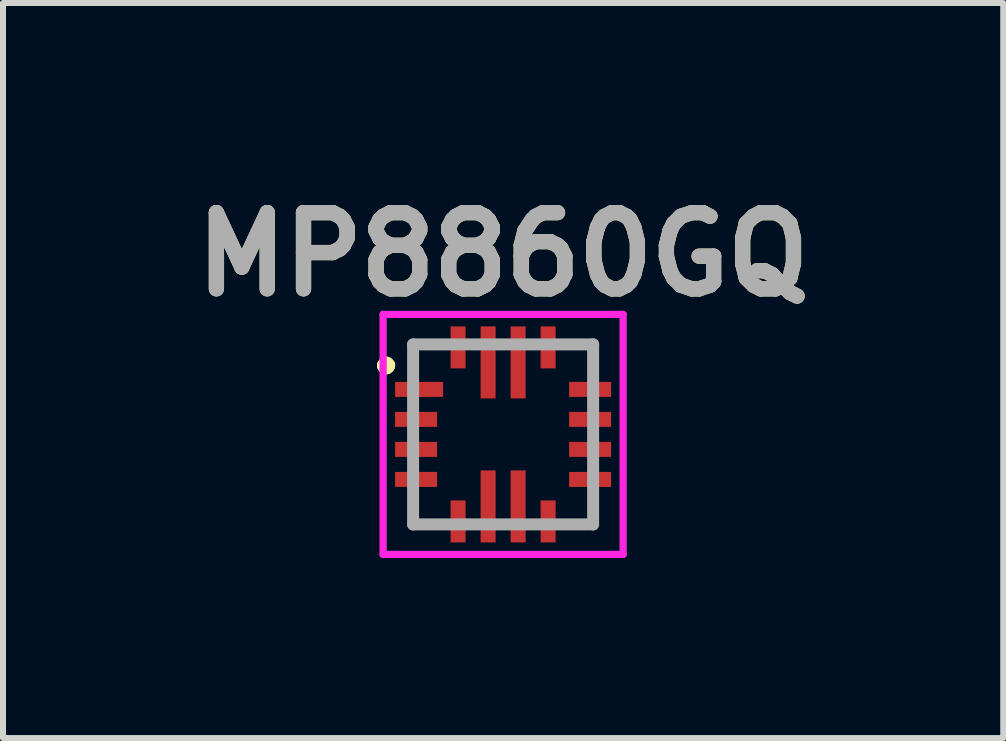
<source format=kicad_pcb>
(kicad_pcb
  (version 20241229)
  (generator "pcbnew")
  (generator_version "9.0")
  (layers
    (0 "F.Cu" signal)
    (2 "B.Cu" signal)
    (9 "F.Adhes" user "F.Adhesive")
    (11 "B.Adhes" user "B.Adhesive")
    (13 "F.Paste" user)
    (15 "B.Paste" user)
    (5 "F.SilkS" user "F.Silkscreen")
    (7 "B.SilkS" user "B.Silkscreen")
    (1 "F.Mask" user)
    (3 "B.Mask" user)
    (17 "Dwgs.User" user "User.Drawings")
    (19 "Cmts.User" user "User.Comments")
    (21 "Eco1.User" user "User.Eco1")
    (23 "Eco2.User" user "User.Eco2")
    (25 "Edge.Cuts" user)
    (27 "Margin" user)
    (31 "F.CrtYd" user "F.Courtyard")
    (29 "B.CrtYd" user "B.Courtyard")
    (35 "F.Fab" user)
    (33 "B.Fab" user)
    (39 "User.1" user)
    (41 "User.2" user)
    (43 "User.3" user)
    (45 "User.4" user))
  (footprint "MP8860GQ"
    (layer "F.Cu")
    (at 5.334 4.189)
    (property "Reference" "MP8860GQ" (at 0 -3 0) (layer "F.SilkS") (effects (font (size 1.27 1.27) (thickness 0.254))))
    (attr smd)
    (fp_line (start -2 -1.15) (end -2 -1.15) (stroke (width 0.2) (type solid)) (layer "F.SilkS"))
    (fp_line (start -2 -1.15) (end -2 -1.15) (stroke (width 0.2) (type solid)) (layer "F.SilkS"))
    (fp_line (start -1.9 -1.15) (end -1.9 -1.15) (stroke (width 0.2) (type solid)) (layer "F.SilkS"))
    (fp_arc (start -2 -1.15) (mid -1.95 -1.2) (end -1.9 -1.15) (stroke (width 0.2) (type solid)) (layer "F.SilkS"))
    (fp_arc (start -1.9 -1.15) (mid -1.95 -1.1) (end -2 -1.15) (stroke (width 0.2) (type solid)) (layer "F.SilkS"))
    (fp_arc (start -1.9 -1.15) (mid -1.95 -1.1) (end -2 -1.15) (stroke (width 0.2) (type solid)) (layer "F.SilkS"))
    (fp_line (start -2 -2) (end 2 -2) (stroke (width 0.12) (type solid)) (layer "F.CrtYd"))
    (fp_line (start -2 2) (end -2 -2) (stroke (width 0.12) (type solid)) (layer "F.CrtYd"))
    (fp_line (start -1.8 2) (end -2 2) (stroke (width 0.12) (type solid)) (layer "F.CrtYd"))
    (fp_line (start 2 -2) (end 2 2) (stroke (width 0.12) (type solid)) (layer "F.CrtYd"))
    (fp_line (start 2 2) (end -1.8 2) (stroke (width 0.12) (type solid)) (layer "F.CrtYd"))
    (fp_line (start -1.5 -1.5) (end -1.5 1.5) (stroke (width 0.2) (type solid)) (layer "F.Fab"))
    (fp_line (start -1.5 1.5) (end 1.5 1.5) (stroke (width 0.2) (type solid)) (layer "F.Fab"))
    (fp_line (start 1.5 -1.5) (end -1.5 -1.5) (stroke (width 0.2) (type solid)) (layer "F.Fab"))
    (fp_line (start 1.5 1.5) (end 1.5 -1.5) (stroke (width 0.2) (type solid)) (layer "F.Fab"))
    (fp_text user "${REFERENCE}" (at 0 -3 0) (layer "F.Fab") (effects (font (size 1.27 1.27) (thickness 0.254))))
    (pad "1" smd rect (at -1.4 -0.75 90) (size 0.25 0.8) (layers "F.Cu" "F.Mask" "F.Paste"))
    (pad "2" smd rect (at -1.45 -0.25 90) (size 0.25 0.7) (layers "F.Cu" "F.Mask" "F.Paste"))
    (pad "3" smd rect (at -1.45 0.25 90) (size 0.25 0.7) (layers "F.Cu" "F.Mask" "F.Paste"))
    (pad "4" smd rect (at -1.45 0.75 90) (size 0.25 0.7) (layers "F.Cu" "F.Mask" "F.Paste"))
    (pad "5" smd rect (at -0.75 1.45) (size 0.25 0.7) (layers "F.Cu" "F.Mask" "F.Paste"))
    (pad "6" smd rect (at -0.25 1.2) (size 0.25 1.2) (layers "F.Cu" "F.Mask" "F.Paste"))
    (pad "7" smd rect (at 0.25 1.2) (size 0.25 1.2) (layers "F.Cu" "F.Mask" "F.Paste"))
    (pad "8" smd rect (at 0.75 1.45) (size 0.25 0.7) (layers "F.Cu" "F.Mask" "F.Paste"))
    (pad "9" smd rect (at 1.45 0.75 90) (size 0.25 0.7) (layers "F.Cu" "F.Mask" "F.Paste"))
    (pad "10" smd rect (at 1.45 0.25 90) (size 0.25 0.7) (layers "F.Cu" "F.Mask" "F.Paste"))
    (pad "11" smd rect (at 1.45 -0.25 90) (size 0.25 0.7) (layers "F.Cu" "F.Mask" "F.Paste"))
    (pad "12" smd rect (at 1.45 -0.75 90) (size 0.25 0.7) (layers "F.Cu" "F.Mask" "F.Paste"))
    (pad "13" smd rect (at 0.75 -1.45) (size 0.25 0.7) (layers "F.Cu" "F.Mask" "F.Paste"))
    (pad "14" smd rect (at 0.25 -1.2) (size 0.25 1.2) (layers "F.Cu" "F.Mask" "F.Paste"))
    (pad "15" smd rect (at -0.25 -1.2) (size 0.25 1.2) (layers "F.Cu" "F.Mask" "F.Paste"))
    (pad "16" smd rect (at -0.75 -1.45) (size 0.25 0.7) (layers "F.Cu" "F.Mask" "F.Paste")))
  (gr_rect
    (start -3 -3)
    (end 13.668 9.249)
    (stroke (width 0.1) (type default))
    (fill no)
    (layer "Edge.Cuts")))
</source>
